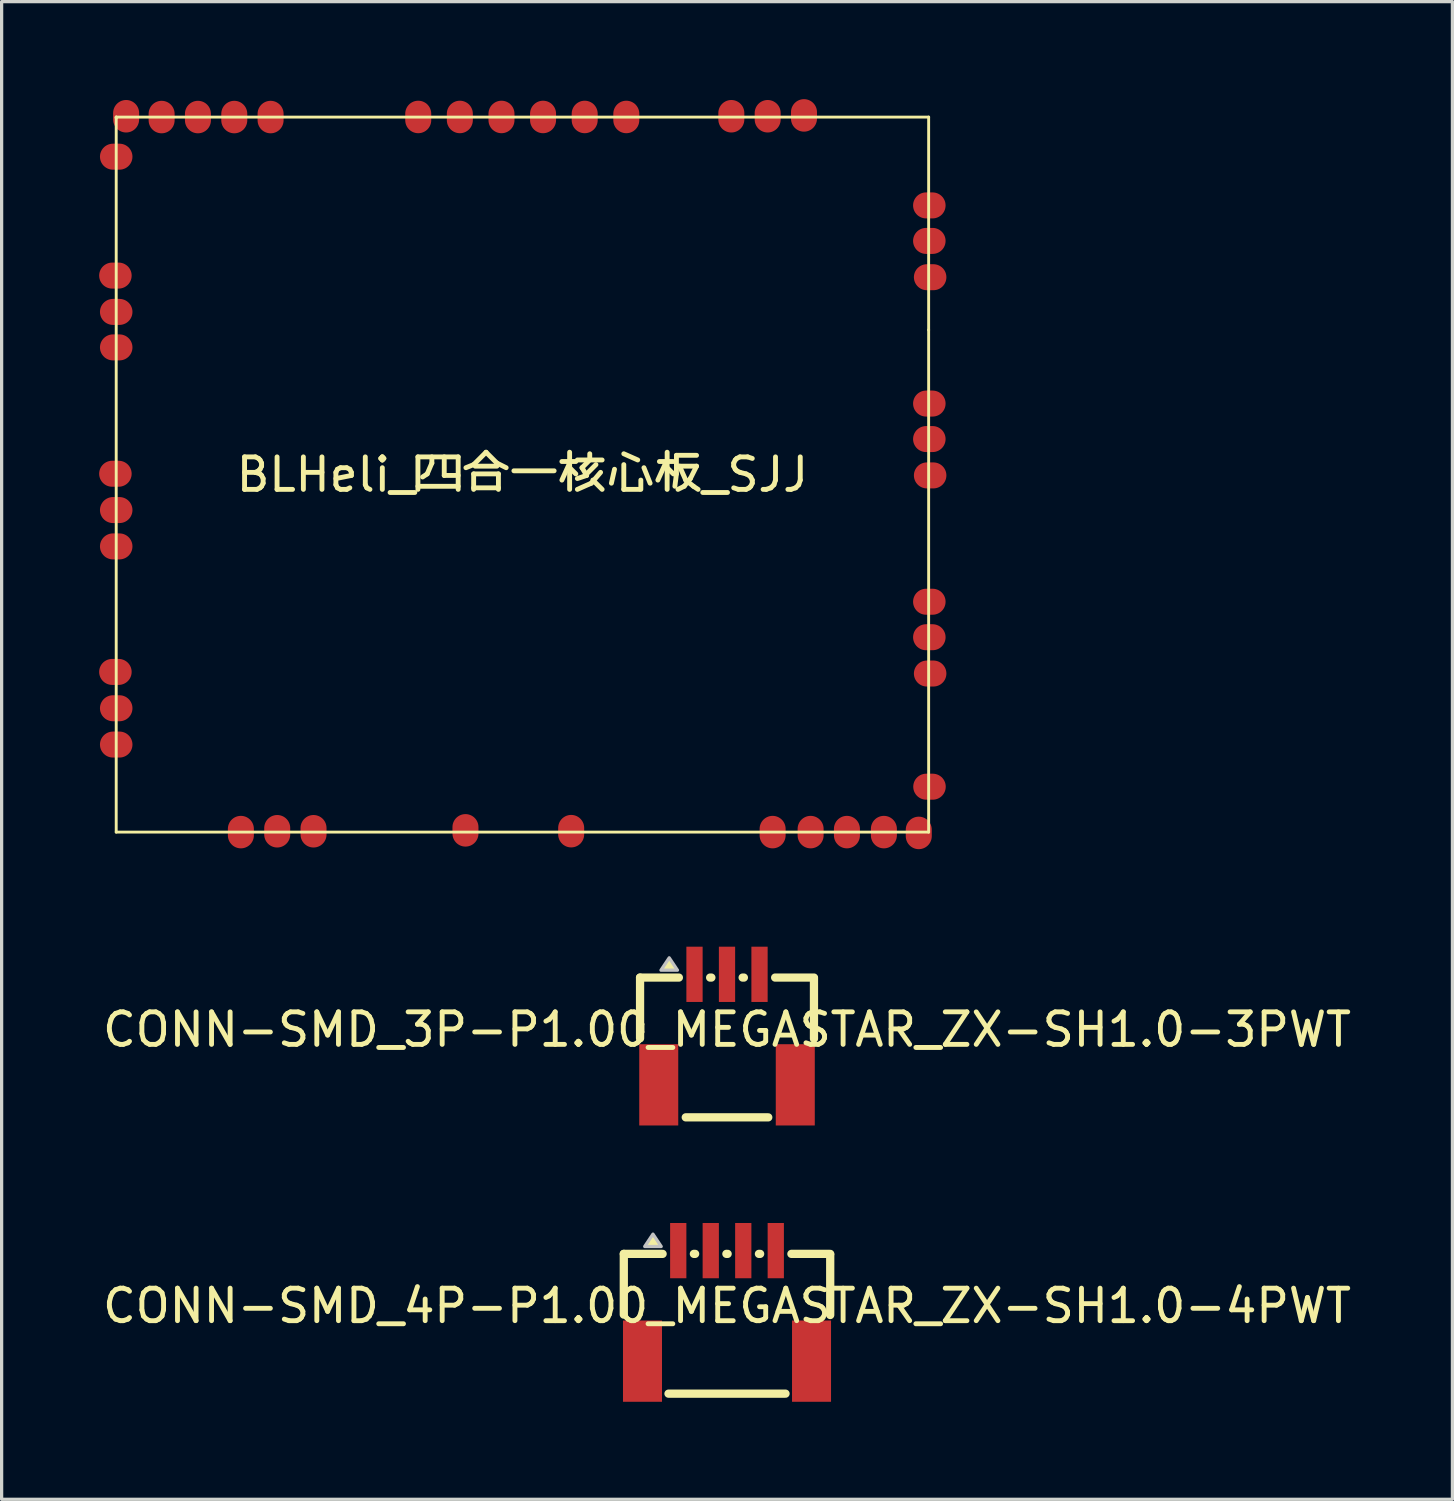
<source format=kicad_pcb>
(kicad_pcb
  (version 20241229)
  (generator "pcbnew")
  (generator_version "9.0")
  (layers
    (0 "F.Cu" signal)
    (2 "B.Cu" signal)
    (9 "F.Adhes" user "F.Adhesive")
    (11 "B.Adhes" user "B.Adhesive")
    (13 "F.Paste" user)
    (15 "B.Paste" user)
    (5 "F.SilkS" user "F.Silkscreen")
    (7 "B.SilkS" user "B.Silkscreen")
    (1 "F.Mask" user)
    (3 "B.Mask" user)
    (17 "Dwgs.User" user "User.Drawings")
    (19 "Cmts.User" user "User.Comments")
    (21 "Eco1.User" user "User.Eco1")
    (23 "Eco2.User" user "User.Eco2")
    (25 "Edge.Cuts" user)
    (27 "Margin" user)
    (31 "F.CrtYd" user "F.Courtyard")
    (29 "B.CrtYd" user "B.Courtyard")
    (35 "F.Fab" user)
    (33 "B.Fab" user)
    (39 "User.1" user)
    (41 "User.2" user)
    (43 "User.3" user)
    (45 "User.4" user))
  (footprint "CONN-SMD_3P-P1.00_MEGASTAR_ZX-SH1.0-3PWT"
    (layer "F.Cu")
    (at 19.315 28.623)
    (property "Reference" "CONN-SMD_3P-P1.00_MEGASTAR_ZX-SH1.0-3PWT" (at 0 0 0) (layer "F.SilkS") (effects (font (size 1 1) (thickness 0.15))))
    (fp_line (start -2.675 -1.6) (end -2.675 0.269) (stroke (width 0.254) (type default)) (layer "F.SilkS"))
    (fp_line (start -1.481 -1.6) (end -2.675 -1.6) (stroke (width 0.254) (type default)) (layer "F.SilkS"))
    (fp_line (start -1.269 2.7) (end 1.269 2.7) (stroke (width 0.254) (type default)) (layer "F.SilkS"))
    (fp_line (start -0.519 -1.6) (end -0.481 -1.6) (stroke (width 0.254) (type default)) (layer "F.SilkS"))
    (fp_line (start 0.481 -1.6) (end 0.519 -1.6) (stroke (width 0.254) (type default)) (layer "F.SilkS"))
    (fp_line (start 1.481 -1.6) (end 2.675 -1.6) (stroke (width 0.254) (type default)) (layer "F.SilkS"))
    (fp_line (start 2.675 -1.573) (end 2.675 0.281) (stroke (width 0.254) (type default)) (layer "F.SilkS"))
    (fp_poly (pts (xy -1.778 -2.208) (xy -2.032 -1.827) (xy -1.524 -1.827)) (stroke (width 0) (type default)) (fill yes) (layer "F.SilkS"))
    (fp_poly (pts (xy -1.778 -2.208) (xy -2.032 -1.827) (xy -1.524 -1.827)) (stroke (width 0.1) (type default)) (fill no) (layer "Dwgs.User"))
    (fp_poly (pts (xy -2.2 0.9) (xy -2 0.9) (xy -2 2.5) (xy -2.2 2.5)) (stroke (width 0.1) (type default)) (fill no) (layer "User.1"))
    (fp_poly (pts (xy -1.1 -2.35) (xy -0.9 -2.35) (xy -0.9 -1.35) (xy -1.1 -1.35)) (stroke (width 0.1) (type default)) (fill no) (layer "User.1"))
    (fp_poly (pts (xy -0.1 -2.35) (xy 0.1 -2.35) (xy 0.1 -1.35) (xy -0.1 -1.35)) (stroke (width 0.1) (type default)) (fill no) (layer "User.1"))
    (fp_poly (pts (xy 0.9 -2.35) (xy 1.1 -2.35) (xy 1.1 -1.35) (xy 0.9 -1.35)) (stroke (width 0.1) (type default)) (fill no) (layer "User.1"))
    (fp_poly (pts (xy 2 0.9) (xy 2.2 0.9) (xy 2.2 2.5) (xy 2 2.5)) (stroke (width 0.1) (type default)) (fill no) (layer "User.1"))
    (fp_line (start -2.675 -1.6) (end 2.675 -1.6) (stroke (width 0.051) (type default)) (layer "User.2"))
    (fp_line (start -2.675 2.7) (end -2.675 -1.6) (stroke (width 0.051) (type default)) (layer "User.2"))
    (fp_line (start 2.675 -1.6) (end 2.675 2.7) (stroke (width 0.051) (type default)) (layer "User.2"))
    (fp_line (start 2.675 2.7) (end -2.675 2.7) (stroke (width 0.051) (type default)) (layer "User.2"))
    (fp_poly (pts (xy -2.62 -2.373) (xy -2.652 -2.405) (xy -2.698 -2.405) (xy -2.73 -2.373) (xy -2.73 -2.327) (xy -2.698 -2.295) (xy -2.652 -2.295) (xy -2.62 -2.327)) (stroke (width 0.1) (type default)) (fill no) (layer "User.3"))
    (pad "1" smd rect (at -1 -1.7) (size 0.5 1.7) (layers "F.Cu" "F.Mask" "F.Paste"))
    (pad "2" smd rect (at 0 -1.7) (size 0.5 1.7) (layers "F.Cu" "F.Mask" "F.Paste"))
    (pad "3" smd rect (at 1 -1.7) (size 0.5 1.7) (layers "F.Cu" "F.Mask" "F.Paste"))
    (pad "4" smd rect (at -2.1 1.7) (size 1.2 2.5) (layers "F.Cu" "F.Mask" "F.Paste"))
    (pad "5" smd rect (at 2.1 1.7) (size 1.2 2.5) (layers "F.Cu" "F.Mask" "F.Paste")))
  (footprint "BLHeli_四合一核心板_SJJ"
    (layer "F.Cu")
    (at 13.021 11.55)
    (property "Reference" "BLHeli_四合一核心板_SJJ" (at 0 0 0) (layer "F.SilkS") (effects (font (size 1 1) (thickness 0.15))))
    (fp_line (start -12.496 -10.998) (end -12.496 -10.973) (stroke (width 0.089) (type default)) (layer "F.SilkS"))
    (fp_line (start -12.496 -10.998) (end -12.496 -10.973) (stroke (width 0.089) (type default)) (layer "F.SilkS"))
    (fp_line (start -12.496 -10.973) (end -12.496 10.998) (stroke (width 0.089) (type default)) (layer "F.SilkS"))
    (fp_line (start -12.496 10.998) (end 12.497 10.998) (stroke (width 0.089) (type default)) (layer "F.SilkS"))
    (fp_line (start 12.497 -10.998) (end -12.496 -10.998) (stroke (width 0.089) (type default)) (layer "F.SilkS"))
    (fp_line (start 12.497 -4.45) (end 12.497 -10.998) (stroke (width 0.089) (type default)) (layer "F.SilkS"))
    (fp_line (start 12.497 10.998) (end 12.497 -4.45) (stroke (width 0.089) (type default)) (layer "F.SilkS"))
    (pad "1" smd oval (at -12.496 -9.78 90) (size 0.8 1) (layers "F.Cu" "F.Mask" "F.Paste"))
    (pad "2" smd oval (at -12.521 -6.122 90) (size 0.8 1) (layers "F.Cu" "F.Mask" "F.Paste"))
    (pad "3" smd oval (at -12.496 -5.005 90) (size 0.8 1) (layers "F.Cu" "F.Mask" "F.Paste"))
    (pad "4" smd oval (at -12.496 -3.913 90) (size 0.8 1) (layers "F.Cu" "F.Mask" "F.Paste"))
    (pad "5" smd oval (at -12.521 -0.026 90) (size 0.8 1) (layers "F.Cu" "F.Mask" "F.Paste"))
    (pad "6" smd oval (at -12.496 1.091 90) (size 0.8 1) (layers "F.Cu" "F.Mask" "F.Paste"))
    (pad "7" smd oval (at -12.496 2.209 90) (size 0.8 1) (layers "F.Cu" "F.Mask" "F.Paste"))
    (pad "8" smd oval (at -12.521 6.07 90) (size 0.8 1) (layers "F.Cu" "F.Mask" "F.Paste"))
    (pad "9" smd oval (at -12.496 7.188 90) (size 0.8 1) (layers "F.Cu" "F.Mask" "F.Paste"))
    (pad "10" smd oval (at -12.496 8.305 90) (size 0.8 1) (layers "F.Cu" "F.Mask" "F.Paste"))
    (pad "11" smd oval (at -8.661 10.998 180) (size 0.8 1) (layers "F.Cu" "F.Mask" "F.Paste"))
    (pad "12" smd oval (at -7.543 10.972 180) (size 0.8 1) (layers "F.Cu" "F.Mask" "F.Paste"))
    (pad "13" smd oval (at -6.426 10.972 180) (size 0.8 1) (layers "F.Cu" "F.Mask" "F.Paste"))
    (pad "14" smd oval (at -1.752 10.944) (size 0.8 1) (layers "F.Cu" "F.Mask" "F.Paste"))
    (pad "15" smd oval (at 1.5 10.969) (size 0.8 1) (layers "F.Cu" "F.Mask" "F.Paste"))
    (pad "16" smd oval (at 7.697 10.998 180) (size 0.8 1) (layers "F.Cu" "F.Mask" "F.Paste"))
    (pad "17" smd oval (at 8.866 10.998 180) (size 0.8 1) (layers "F.Cu" "F.Mask" "F.Paste"))
    (pad "18" smd oval (at 9.983 10.998 180) (size 0.8 1) (layers "F.Cu" "F.Mask" "F.Paste"))
    (pad "19" smd oval (at 11.12 10.998 180) (size 0.8 1) (layers "F.Cu" "F.Mask" "F.Paste"))
    (pad "20" smd oval (at 12.193 11.023 180) (size 0.8 1) (layers "F.Cu" "F.Mask" "F.Paste"))
    (pad "21" smd oval (at 12.523 9.601 270) (size 0.8 1) (layers "F.Cu" "F.Mask" "F.Paste"))
    (pad "22" smd oval (at 12.543 6.12 270) (size 0.8 1) (layers "F.Cu" "F.Mask" "F.Paste"))
    (pad "23" smd oval (at 12.518 5.003 270) (size 0.8 1) (layers "F.Cu" "F.Mask" "F.Paste"))
    (pad "24" smd oval (at 12.518 3.911 270) (size 0.8 1) (layers "F.Cu" "F.Mask" "F.Paste"))
    (pad "25" smd oval (at 12.543 0.025 270) (size 0.8 1) (layers "F.Cu" "F.Mask" "F.Paste"))
    (pad "26" smd oval (at 12.518 -1.093 270) (size 0.8 1) (layers "F.Cu" "F.Mask" "F.Paste"))
    (pad "27" smd oval (at 12.518 -2.185 270) (size 0.8 1) (layers "F.Cu" "F.Mask" "F.Paste"))
    (pad "28" smd oval (at 12.543 -6.072 270) (size 0.8 1) (layers "F.Cu" "F.Mask" "F.Paste"))
    (pad "29" smd oval (at 12.518 -7.189 270) (size 0.8 1) (layers "F.Cu" "F.Mask" "F.Paste"))
    (pad "30" smd oval (at 12.518 -8.281 270) (size 0.8 1) (layers "F.Cu" "F.Mask" "F.Paste"))
    (pad "31" smd oval (at 8.662 -11.05) (size 0.8 1) (layers "F.Cu" "F.Mask" "F.Paste"))
    (pad "32" smd oval (at 7.545 -11.024) (size 0.8 1) (layers "F.Cu" "F.Mask" "F.Paste"))
    (pad "33" smd oval (at 6.427 -11.024) (size 0.8 1) (layers "F.Cu" "F.Mask" "F.Paste"))
    (pad "34" smd oval (at 3.196 -11.002) (size 0.8 1) (layers "F.Cu" "F.Mask" "F.Paste"))
    (pad "35" smd oval (at 1.916 -11.002) (size 0.8 1) (layers "F.Cu" "F.Mask" "F.Paste"))
    (pad "36" smd oval (at 0.635 -11.002) (size 0.8 1) (layers "F.Cu" "F.Mask" "F.Paste"))
    (pad "37" smd oval (at -0.644 -11.002) (size 0.8 1) (layers "F.Cu" "F.Mask" "F.Paste"))
    (pad "38" smd oval (at -1.925 -11.002) (size 0.8 1) (layers "F.Cu" "F.Mask" "F.Paste"))
    (pad "39" smd oval (at -3.205 -11.002) (size 0.8 1) (layers "F.Cu" "F.Mask" "F.Paste"))
    (pad "40" smd oval (at -7.747 -10.999) (size 0.8 1) (layers "F.Cu" "F.Mask" "F.Paste"))
    (pad "41" smd oval (at -8.864 -10.999) (size 0.8 1) (layers "F.Cu" "F.Mask" "F.Paste"))
    (pad "42" smd oval (at -9.982 -10.999) (size 0.8 1) (layers "F.Cu" "F.Mask" "F.Paste"))
    (pad "43" smd oval (at -11.099 -10.999) (size 0.8 1) (layers "F.Cu" "F.Mask" "F.Paste"))
    (pad "44" smd oval (at -12.191 -11.024) (size 0.8 1) (layers "F.Cu" "F.Mask" "F.Paste")))
  (footprint "CONN-SMD_4P-P1.00_MEGASTAR_ZX-SH1.0-4PWT"
    (layer "F.Cu")
    (at 19.315 37.123)
    (property "Reference" "CONN-SMD_4P-P1.00_MEGASTAR_ZX-SH1.0-4PWT" (at 0 0 0) (layer "F.SilkS") (effects (font (size 1 1) (thickness 0.15))))
    (fp_line (start -3.175 -1.6) (end -3.175 0.269) (stroke (width 0.254) (type default)) (layer "F.SilkS"))
    (fp_line (start -1.981 -1.6) (end -3.175 -1.6) (stroke (width 0.254) (type default)) (layer "F.SilkS"))
    (fp_line (start -1.8 2.7) (end 1.8 2.7) (stroke (width 0.254) (type default)) (layer "F.SilkS"))
    (fp_line (start -1.019 -1.6) (end -0.981 -1.6) (stroke (width 0.254) (type default)) (layer "F.SilkS"))
    (fp_line (start -0.019 -1.6) (end 0.019 -1.6) (stroke (width 0.254) (type default)) (layer "F.SilkS"))
    (fp_line (start 0.982 -1.6) (end 1.019 -1.6) (stroke (width 0.254) (type default)) (layer "F.SilkS"))
    (fp_line (start 1.981 -1.6) (end 3.175 -1.6) (stroke (width 0.254) (type default)) (layer "F.SilkS"))
    (fp_line (start 3.175 -1.573) (end 3.175 0.281) (stroke (width 0.254) (type default)) (layer "F.SilkS"))
    (fp_poly (pts (xy -2.278 -2.208) (xy -2.532 -1.827) (xy -2.024 -1.827)) (stroke (width 0) (type default)) (fill yes) (layer "F.SilkS"))
    (fp_poly (pts (xy -2.278 -2.208) (xy -2.532 -1.827) (xy -2.024 -1.827)) (stroke (width 0.1) (type default)) (fill no) (layer "Dwgs.User"))
    (fp_poly (pts (xy -2.7 0.9) (xy -2.5 0.9) (xy -2.5 2.5) (xy -2.7 2.5)) (stroke (width 0.1) (type default)) (fill no) (layer "User.1"))
    (fp_poly (pts (xy -1.6 -2.35) (xy -1.4 -2.35) (xy -1.4 -1.35) (xy -1.6 -1.35)) (stroke (width 0.1) (type default)) (fill no) (layer "User.1"))
    (fp_poly (pts (xy -0.6 -2.35) (xy -0.4 -2.35) (xy -0.4 -1.35) (xy -0.6 -1.35)) (stroke (width 0.1) (type default)) (fill no) (layer "User.1"))
    (fp_poly (pts (xy 0.4 -2.35) (xy 0.6 -2.35) (xy 0.6 -1.35) (xy 0.4 -1.35)) (stroke (width 0.1) (type default)) (fill no) (layer "User.1"))
    (fp_poly (pts (xy 1.4 -2.35) (xy 1.6 -2.35) (xy 1.6 -1.35) (xy 1.4 -1.35)) (stroke (width 0.1) (type default)) (fill no) (layer "User.1"))
    (fp_poly (pts (xy 2.5 0.9) (xy 2.7 0.9) (xy 2.7 2.5) (xy 2.5 2.5)) (stroke (width 0.1) (type default)) (fill no) (layer "User.1"))
    (fp_line (start -3.175 -1.6) (end 3.175 -1.6) (stroke (width 0.051) (type default)) (layer "User.2"))
    (fp_line (start -3.175 2.7) (end -3.175 -1.6) (stroke (width 0.051) (type default)) (layer "User.2"))
    (fp_line (start 3.175 -1.6) (end 3.175 2.7) (stroke (width 0.051) (type default)) (layer "User.2"))
    (fp_line (start 3.175 2.7) (end -3.175 2.7) (stroke (width 0.051) (type default)) (layer "User.2"))
    (fp_poly (pts (xy -3.12 -2.373) (xy -3.152 -2.405) (xy -3.198 -2.405) (xy -3.23 -2.373) (xy -3.23 -2.327) (xy -3.198 -2.295) (xy -3.152 -2.295) (xy -3.12 -2.327)) (stroke (width 0.1) (type default)) (fill no) (layer "User.3"))
    (pad "1" smd rect (at -1.5 -1.7) (size 0.5 1.7) (layers "F.Cu" "F.Mask" "F.Paste"))
    (pad "2" smd rect (at -0.5 -1.7) (size 0.5 1.7) (layers "F.Cu" "F.Mask" "F.Paste"))
    (pad "3" smd rect (at 0.5 -1.7) (size 0.5 1.7) (layers "F.Cu" "F.Mask" "F.Paste"))
    (pad "4" smd rect (at 1.5 -1.7) (size 0.5 1.7) (layers "F.Cu" "F.Mask" "F.Paste"))
    (pad "5" smd rect (at 2.6 1.7) (size 1.2 2.5) (layers "F.Cu" "F.Mask" "F.Paste"))
    (pad "6" smd rect (at -2.6 1.7) (size 1.2 2.5) (layers "F.Cu" "F.Mask" "F.Paste")))
  (gr_rect
    (start -3 -3)
    (end 41.631 43.073)
    (stroke (width 0.1) (type default))
    (fill no)
    (layer "Edge.Cuts")))
</source>
